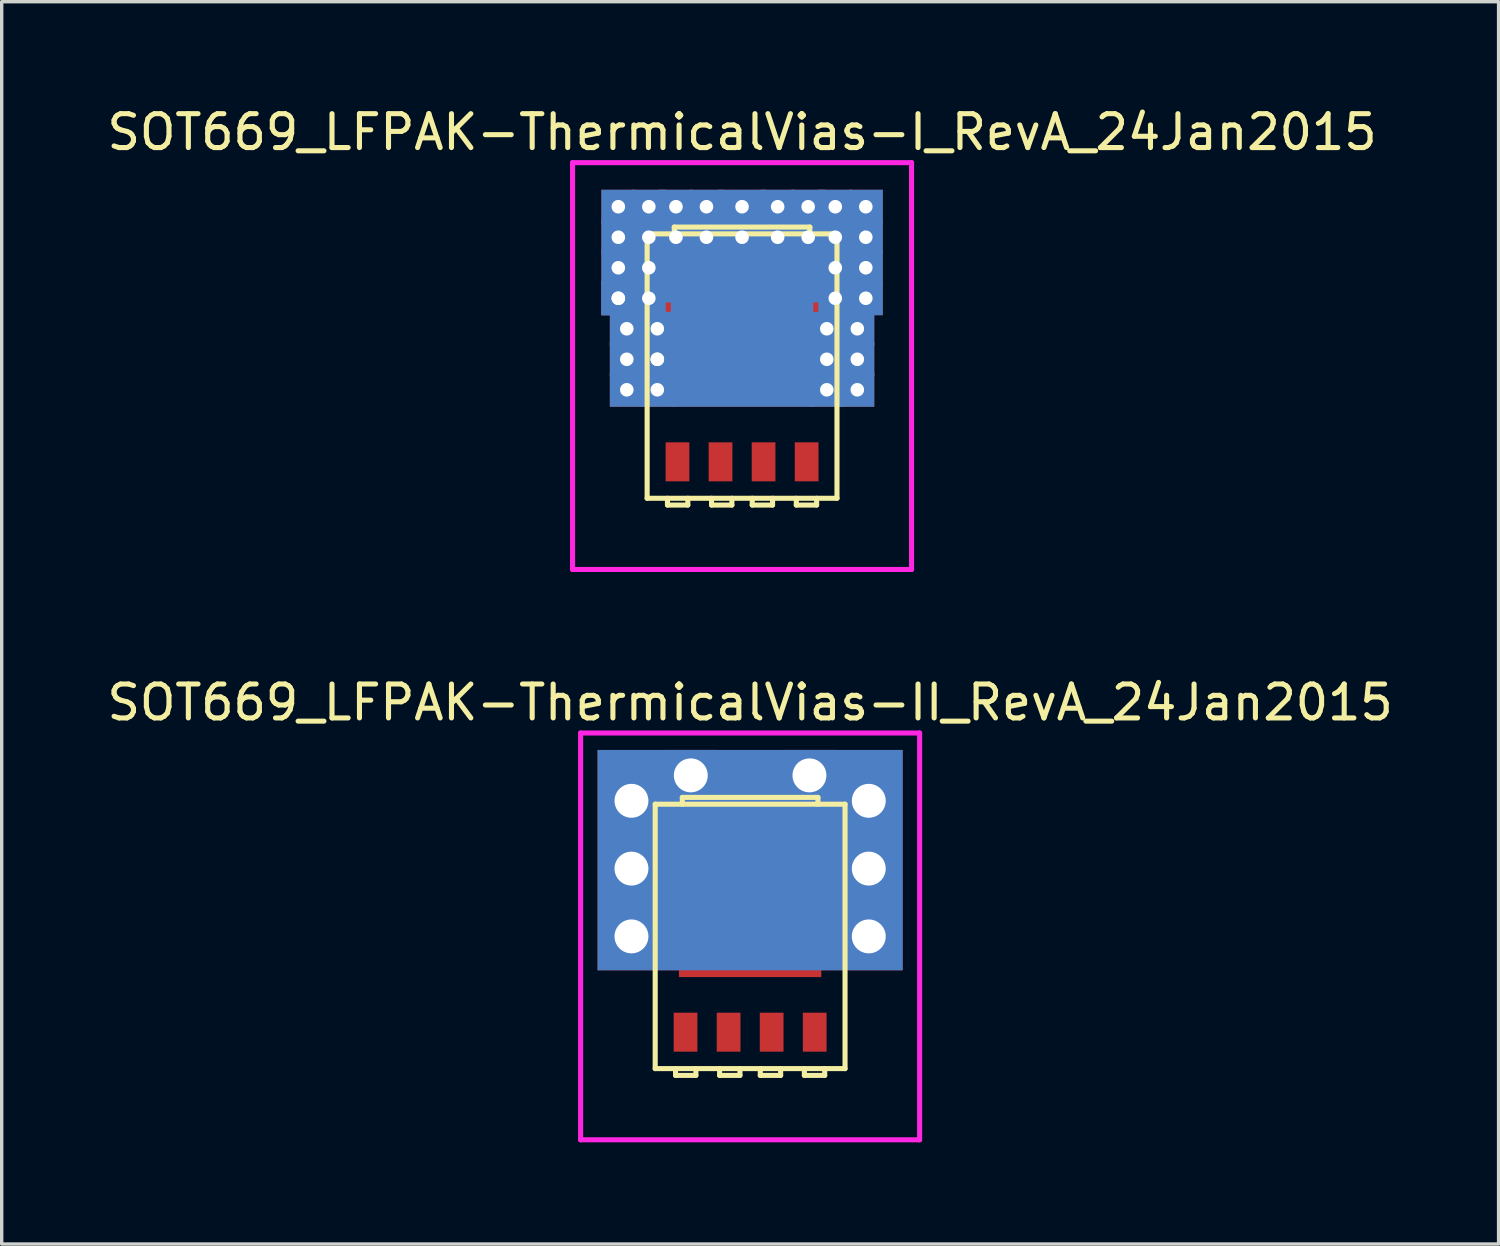
<source format=kicad_pcb>
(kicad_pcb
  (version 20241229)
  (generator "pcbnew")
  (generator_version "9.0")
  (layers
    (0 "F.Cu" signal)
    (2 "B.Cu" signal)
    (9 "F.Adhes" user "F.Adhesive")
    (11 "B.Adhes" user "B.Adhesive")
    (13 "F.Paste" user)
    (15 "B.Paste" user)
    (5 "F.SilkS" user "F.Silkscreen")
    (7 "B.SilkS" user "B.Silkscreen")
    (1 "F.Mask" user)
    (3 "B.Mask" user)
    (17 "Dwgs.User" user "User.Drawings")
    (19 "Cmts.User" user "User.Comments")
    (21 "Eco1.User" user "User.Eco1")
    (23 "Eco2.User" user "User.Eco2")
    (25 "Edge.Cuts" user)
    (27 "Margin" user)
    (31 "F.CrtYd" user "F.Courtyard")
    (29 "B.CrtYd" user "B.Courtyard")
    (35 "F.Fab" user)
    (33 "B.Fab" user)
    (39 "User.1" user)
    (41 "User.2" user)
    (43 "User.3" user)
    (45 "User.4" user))
  (footprint "SOT669_LFPAK-ThermicalVias-II_RevA_24Jan2015"
    (layer "F.Cu")
    (at 19.077 24.572)
    (property "Reference" "SOT669_LFPAK-ThermicalVias-II_RevA_24Jan2015" (at 0 -6.9 0) (layer "F.SilkS") (effects (font (size 1 1) (thickness 0.15))))
    (attr through_hole)
    (fp_line (start -2.8 -3.9) (end 2.8 -3.9) (stroke (width 0.15) (type solid)) (layer "F.SilkS"))
    (fp_line (start -2.8 3.9) (end -2.8 -3.9) (stroke (width 0.15) (type solid)) (layer "F.SilkS"))
    (fp_line (start -2.2 3.9) (end -2.2 4.1) (stroke (width 0.15) (type solid)) (layer "F.SilkS"))
    (fp_line (start -2.2 4.1) (end -1.6 4.1) (stroke (width 0.15) (type solid)) (layer "F.SilkS"))
    (fp_line (start -2 -4.1) (end 2 -4.1) (stroke (width 0.15) (type solid)) (layer "F.SilkS"))
    (fp_line (start -2 -3.9) (end -2 -4.1) (stroke (width 0.15) (type solid)) (layer "F.SilkS"))
    (fp_line (start -1.6 4.1) (end -1.6 3.9) (stroke (width 0.15) (type solid)) (layer "F.SilkS"))
    (fp_line (start -0.9 3.9) (end -0.9 4.1) (stroke (width 0.15) (type solid)) (layer "F.SilkS"))
    (fp_line (start -0.9 4.1) (end -0.3 4.1) (stroke (width 0.15) (type solid)) (layer "F.SilkS"))
    (fp_line (start -0.3 4.1) (end -0.3 3.9) (stroke (width 0.15) (type solid)) (layer "F.SilkS"))
    (fp_line (start 0.3 3.9) (end 0.3 4.1) (stroke (width 0.15) (type solid)) (layer "F.SilkS"))
    (fp_line (start 0.3 4.1) (end 0.9 4.1) (stroke (width 0.15) (type solid)) (layer "F.SilkS"))
    (fp_line (start 0.9 4.1) (end 0.9 3.9) (stroke (width 0.15) (type solid)) (layer "F.SilkS"))
    (fp_line (start 1.6 3.9) (end 1.6 4.1) (stroke (width 0.15) (type solid)) (layer "F.SilkS"))
    (fp_line (start 1.6 4.1) (end 2.2 4.1) (stroke (width 0.15) (type solid)) (layer "F.SilkS"))
    (fp_line (start 2 -4.1) (end 2 -3.9) (stroke (width 0.15) (type solid)) (layer "F.SilkS"))
    (fp_line (start 2.2 4.1) (end 2.2 3.9) (stroke (width 0.15) (type solid)) (layer "F.SilkS"))
    (fp_line (start 2.8 -3.9) (end 2.8 3.9) (stroke (width 0.15) (type solid)) (layer "F.SilkS"))
    (fp_line (start 2.8 3.9) (end -2.8 3.9) (stroke (width 0.15) (type solid)) (layer "F.SilkS"))
    (fp_line (start -5 -6) (end 5 -6) (stroke (width 0.15) (type solid)) (layer "F.CrtYd"))
    (fp_line (start -5 6) (end -5 -6) (stroke (width 0.15) (type solid)) (layer "F.CrtYd"))
    (fp_line (start 5 -6) (end 5 6) (stroke (width 0.15) (type solid)) (layer "F.CrtYd"))
    (fp_line (start 5 6) (end -5 6) (stroke (width 0.15) (type solid)) (layer "F.CrtYd"))
    (pad "" smd rect (at -1.875 -2.9) (size 0.6 0.9) (layers "F.Paste"))
    (pad "" smd rect (at -1.15 -1.05 90) (size 0.6 0.9) (layers "F.Paste"))
    (pad "" smd rect (at -1.15 -0.2 90) (size 0.6 0.9) (layers "F.Paste"))
    (pad "" smd rect (at -1.15 0.65 90) (size 0.6 0.9) (layers "F.Paste"))
    (pad "" smd rect (at -0.6 -2.9) (size 0.6 0.9) (layers "F.Paste"))
    (pad "" smd rect (at 0 -1.05 90) (size 0.6 0.9) (layers "F.Paste"))
    (pad "" smd rect (at 0 -0.2 90) (size 0.6 0.9) (layers "F.Paste"))
    (pad "" smd rect (at 0 0.65 90) (size 0.6 0.9) (layers "F.Paste"))
    (pad "" smd rect (at 0.6 -2.9) (size 0.6 0.9) (layers "F.Paste"))
    (pad "" smd rect (at 1.15 -1.05 90) (size 0.6 0.9) (layers "F.Paste"))
    (pad "" smd rect (at 1.15 -0.2 90) (size 0.6 0.9) (layers "F.Paste"))
    (pad "" smd rect (at 1.15 0.65 90) (size 0.6 0.9) (layers "F.Paste"))
    (pad "" smd rect (at 1.875 -2.9) (size 0.6 0.9) (layers "F.Paste"))
    (pad "1" smd rect (at -1.905 2.825) (size 0.7 1.15) (layers "F.Cu" "F.Mask" "F.Paste"))
    (pad "2" smd rect (at -0.635 2.825) (size 0.7 1.15) (layers "F.Cu" "F.Mask" "F.Paste"))
    (pad "3" smd rect (at 0.635 2.825) (size 0.7 1.15) (layers "F.Cu" "F.Mask" "F.Paste"))
    (pad "4" smd rect (at 1.905 2.825) (size 0.7 1.15) (layers "F.Cu" "F.Mask" "F.Paste"))
    (pad "5" thru_hole rect (at -3.5 -4) (size 1.5 1.5) (drill 1) (layers "*.Cu"))
    (pad "5" thru_hole rect (at -3.5 -2) (size 1.5 1.5) (drill 1) (layers "*.Cu"))
    (pad "5" thru_hole rect (at -3.5 0) (size 1.5 1.5) (drill 1) (layers "*.Cu"))
    (pad "5" thru_hole rect (at -1.75 -4.75) (size 1.5 1.5) (drill 1) (layers "*.Cu"))
    (pad "5" smd rect (at 0 -2.65) (size 4.7 1.55) (layers "F.Cu" "F.Mask"))
    (pad "5" smd rect (at 0 -2.25) (size 9 6.5) (layers "F.Cu"))
    (pad "5" smd rect (at 0 -2.25) (size 9 6.5) (layers "B.Cu"))
    (pad "5" smd rect (at 0 -0.45) (size 4.2 3.3) (layers "F.Cu" "F.Mask"))
    (pad "5" thru_hole rect (at 1.75 -4.75) (size 1.5 1.5) (drill 1) (layers "*.Cu"))
    (pad "5" thru_hole rect (at 3.5 -4) (size 1.5 1.5) (drill 1) (layers "*.Cu"))
    (pad "5" thru_hole rect (at 3.5 -2) (size 1.5 1.5) (drill 1) (layers "*.Cu"))
    (pad "5" thru_hole rect (at 3.5 0) (size 1.5 1.5) (drill 1) (layers "*.Cu")))
  (footprint "SOT669_LFPAK-ThermicalVias-I_RevA_24Jan2015"
    (layer "F.Cu")
    (at 18.839 7.748)
    (property "Reference" "SOT669_LFPAK-ThermicalVias-I_RevA_24Jan2015" (at 0 -6.9 0) (layer "F.SilkS") (effects (font (size 1 1) (thickness 0.15))))
    (attr through_hole)
    (fp_line (start -2.8 -3.9) (end 2.8 -3.9) (stroke (width 0.15) (type solid)) (layer "F.SilkS"))
    (fp_line (start -2.8 3.9) (end -2.8 -3.9) (stroke (width 0.15) (type solid)) (layer "F.SilkS"))
    (fp_line (start -2.2 3.9) (end -2.2 4.1) (stroke (width 0.15) (type solid)) (layer "F.SilkS"))
    (fp_line (start -2.2 4.1) (end -1.6 4.1) (stroke (width 0.15) (type solid)) (layer "F.SilkS"))
    (fp_line (start -2 -4.1) (end 2 -4.1) (stroke (width 0.15) (type solid)) (layer "F.SilkS"))
    (fp_line (start -2 -3.9) (end -2 -4.1) (stroke (width 0.15) (type solid)) (layer "F.SilkS"))
    (fp_line (start -1.6 4.1) (end -1.6 3.9) (stroke (width 0.15) (type solid)) (layer "F.SilkS"))
    (fp_line (start -0.9 3.9) (end -0.9 4.1) (stroke (width 0.15) (type solid)) (layer "F.SilkS"))
    (fp_line (start -0.9 4.1) (end -0.3 4.1) (stroke (width 0.15) (type solid)) (layer "F.SilkS"))
    (fp_line (start -0.3 4.1) (end -0.3 3.9) (stroke (width 0.15) (type solid)) (layer "F.SilkS"))
    (fp_line (start 0.3 3.9) (end 0.3 4.1) (stroke (width 0.15) (type solid)) (layer "F.SilkS"))
    (fp_line (start 0.3 4.1) (end 0.9 4.1) (stroke (width 0.15) (type solid)) (layer "F.SilkS"))
    (fp_line (start 0.9 4.1) (end 0.9 3.9) (stroke (width 0.15) (type solid)) (layer "F.SilkS"))
    (fp_line (start 1.6 3.9) (end 1.6 4.1) (stroke (width 0.15) (type solid)) (layer "F.SilkS"))
    (fp_line (start 1.6 4.1) (end 2.2 4.1) (stroke (width 0.15) (type solid)) (layer "F.SilkS"))
    (fp_line (start 2 -4.1) (end 2 -3.9) (stroke (width 0.15) (type solid)) (layer "F.SilkS"))
    (fp_line (start 2.2 4.1) (end 2.2 3.9) (stroke (width 0.15) (type solid)) (layer "F.SilkS"))
    (fp_line (start 2.8 -3.9) (end 2.8 3.9) (stroke (width 0.15) (type solid)) (layer "F.SilkS"))
    (fp_line (start 2.8 3.9) (end -2.8 3.9) (stroke (width 0.15) (type solid)) (layer "F.SilkS"))
    (fp_line (start -5 -6) (end 5 -6) (stroke (width 0.15) (type solid)) (layer "F.CrtYd"))
    (fp_line (start -5 6) (end -5 -6) (stroke (width 0.15) (type solid)) (layer "F.CrtYd"))
    (fp_line (start 5 -6) (end 5 6) (stroke (width 0.15) (type solid)) (layer "F.CrtYd"))
    (fp_line (start 5 6) (end -5 6) (stroke (width 0.15) (type solid)) (layer "F.CrtYd"))
    (pad "" smd rect (at -1.875 -2.9) (size 0.6 0.9) (layers "F.Paste"))
    (pad "" smd rect (at -1.15 -1.05 90) (size 0.6 0.9) (layers "F.Paste"))
    (pad "" smd rect (at -1.15 -0.2 90) (size 0.6 0.9) (layers "F.Paste"))
    (pad "" smd rect (at -1.15 0.65 90) (size 0.6 0.9) (layers "F.Paste"))
    (pad "" smd rect (at -0.6 -2.9) (size 0.6 0.9) (layers "F.Paste"))
    (pad "" smd rect (at 0 -1.05 90) (size 0.6 0.9) (layers "F.Paste"))
    (pad "" smd rect (at 0 -0.2 90) (size 0.6 0.9) (layers "F.Paste"))
    (pad "" smd rect (at 0 0.65 90) (size 0.6 0.9) (layers "F.Paste"))
    (pad "" smd rect (at 0.6 -2.9) (size 0.6 0.9) (layers "F.Paste"))
    (pad "" smd rect (at 1.15 -1.05 90) (size 0.6 0.9) (layers "F.Paste"))
    (pad "" smd rect (at 1.15 -0.2 90) (size 0.6 0.9) (layers "F.Paste"))
    (pad "" smd rect (at 1.15 0.65 90) (size 0.6 0.9) (layers "F.Paste"))
    (pad "" smd rect (at 1.875 -2.9) (size 0.6 0.9) (layers "F.Paste"))
    (pad "1" smd rect (at -1.905 2.825) (size 0.7 1.15) (layers "F.Cu" "F.Mask" "F.Paste"))
    (pad "2" smd rect (at -0.635 2.825) (size 0.7 1.15) (layers "F.Cu" "F.Mask" "F.Paste"))
    (pad "3" smd rect (at 0.635 2.825) (size 0.7 1.15) (layers "F.Cu" "F.Mask" "F.Paste"))
    (pad "4" smd rect (at 1.905 2.825) (size 0.7 1.15) (layers "F.Cu" "F.Mask" "F.Paste"))
    (pad "5" thru_hole rect (at -3.65 -4.7) (size 1 1) (drill 0.4) (layers "*.Cu"))
    (pad "5" thru_hole rect (at -3.65 -3.8) (size 1 1) (drill 0.4) (layers "*.Cu"))
    (pad "5" thru_hole rect (at -3.65 -2.9) (size 1 1) (drill 0.4) (layers "*.Cu"))
    (pad "5" thru_hole rect (at -3.65 -2) (size 1 1) (drill 0.4) (layers "*.Cu"))
    (pad "5" thru_hole rect (at -3.65 -2) (size 1 1) (drill 0.4) (layers "*.Cu"))
    (pad "5" thru_hole rect (at -3.4 -1.1) (size 1 1) (drill 0.4) (layers "*.Cu"))
    (pad "5" thru_hole rect (at -3.4 -0.2) (size 1 1) (drill 0.4) (layers "*.Cu"))
    (pad "5" thru_hole rect (at -3.4 0.7) (size 1 1) (drill 0.4) (layers "*.Cu"))
    (pad "5" thru_hole rect (at -2.75 -4.7) (size 1 1) (drill 0.4) (layers "*.Cu"))
    (pad "5" thru_hole rect (at -2.75 -3.8) (size 1 1) (drill 0.4) (layers "*.Cu"))
    (pad "5" thru_hole rect (at -2.75 -2.9) (size 1 1) (drill 0.4) (layers "*.Cu"))
    (pad "5" thru_hole rect (at -2.75 -2) (size 1 1) (drill 0.4) (layers "*.Cu"))
    (pad "5" thru_hole rect (at -2.5 -1.1) (size 1 1) (drill 0.4) (layers "*.Cu"))
    (pad "5" thru_hole rect (at -2.5 -0.2) (size 1 1) (drill 0.4) (layers "*.Cu"))
    (pad "5" thru_hole rect (at -2.5 -0.2) (size 1 1) (drill 0.4) (layers "*.Cu"))
    (pad "5" thru_hole rect (at -2.5 0.7) (size 1 1) (drill 0.4) (layers "*.Cu"))
    (pad "5" smd rect (at -2.25 -1.75) (size 0.5 0.5) (layers "F.Cu"))
    (pad "5" thru_hole rect (at -1.95 -4.7) (size 1 1) (drill 0.4) (layers "*.Cu"))
    (pad "5" thru_hole rect (at -1.95 -3.8) (size 1 1) (drill 0.4) (layers "*.Cu"))
    (pad "5" thru_hole rect (at -1.05 -4.7) (size 1 1) (drill 0.4) (layers "*.Cu"))
    (pad "5" thru_hole rect (at -1.05 -3.8) (size 1 1) (drill 0.4) (layers "*.Cu"))
    (pad "5" thru_hole rect (at 0 -4.7) (size 1.4 1) (drill 0.4) (layers "*.Cu"))
    (pad "5" thru_hole rect (at 0 -3.8) (size 1.4 1) (drill 0.4) (layers "*.Cu"))
    (pad "5" smd rect (at 0 -2.65) (size 4.7 1.55) (layers "F.Cu" "F.Mask"))
    (pad "5" smd rect (at 0 -2.65) (size 4.7 1.55) (layers "F.Mask" "B.Cu"))
    (pad "5" smd rect (at 0 -0.45) (size 4.2 3.3) (layers "F.Cu" "F.Mask"))
    (pad "5" smd rect (at 0 -0.45) (size 4.2 3.3) (layers "F.Mask" "B.Cu"))
    (pad "5" thru_hole rect (at 1.05 -4.7) (size 1 1) (drill 0.4) (layers "*.Cu"))
    (pad "5" thru_hole rect (at 1.05 -3.8) (size 1 1) (drill 0.4) (layers "*.Cu"))
    (pad "5" thru_hole rect (at 1.95 -4.7) (size 1 1) (drill 0.4) (layers "*.Cu"))
    (pad "5" thru_hole rect (at 1.95 -3.8) (size 1 1) (drill 0.4) (layers "*.Cu"))
    (pad "5" smd rect (at 2.25 -1.75) (size 0.5 0.5) (layers "F.Cu"))
    (pad "5" thru_hole rect (at 2.5 -1.1) (size 1 1) (drill 0.4) (layers "*.Cu"))
    (pad "5" thru_hole rect (at 2.5 -0.2) (size 1 1) (drill 0.4) (layers "*.Cu"))
    (pad "5" thru_hole rect (at 2.5 0.7) (size 1 1) (drill 0.4) (layers "*.Cu"))
    (pad "5" thru_hole rect (at 2.75 -4.7) (size 1 1) (drill 0.4) (layers "*.Cu"))
    (pad "5" thru_hole rect (at 2.75 -3.8) (size 1 1) (drill 0.4) (layers "*.Cu"))
    (pad "5" thru_hole rect (at 2.75 -2.9) (size 1 1) (drill 0.4) (layers "*.Cu"))
    (pad "5" thru_hole rect (at 2.75 -2) (size 1 1) (drill 0.4) (layers "*.Cu"))
    (pad "5" thru_hole rect (at 3.4 -1.1) (size 1 1) (drill 0.4) (layers "*.Cu"))
    (pad "5" thru_hole rect (at 3.4 -0.2) (size 1 1) (drill 0.4) (layers "*.Cu"))
    (pad "5" thru_hole rect (at 3.4 0.7) (size 1 1) (drill 0.4) (layers "*.Cu"))
    (pad "5" thru_hole rect (at 3.65 -4.7) (size 1 1) (drill 0.4) (layers "*.Cu"))
    (pad "5" thru_hole rect (at 3.65 -3.8) (size 1 1) (drill 0.4) (layers "*.Cu"))
    (pad "5" thru_hole rect (at 3.65 -2.9) (size 1 1) (drill 0.4) (layers "*.Cu"))
    (pad "5" thru_hole rect (at 3.65 -2) (size 1 1) (drill 0.4) (layers "*.Cu")))
  (gr_rect
    (start -3 -3)
    (end 41.155 33.647)
    (stroke (width 0.1) (type default))
    (fill no)
    (layer "Edge.Cuts")))
</source>
